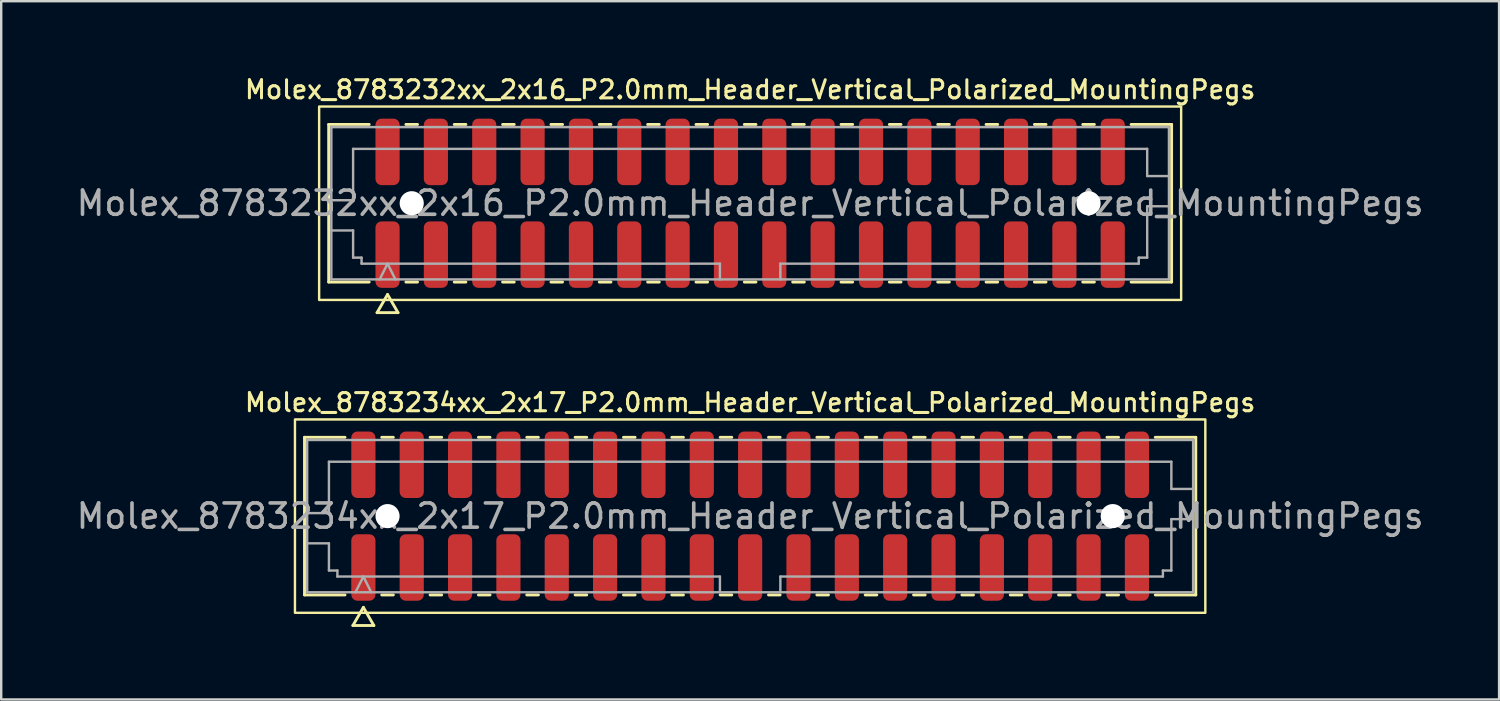
<source format=kicad_pcb>
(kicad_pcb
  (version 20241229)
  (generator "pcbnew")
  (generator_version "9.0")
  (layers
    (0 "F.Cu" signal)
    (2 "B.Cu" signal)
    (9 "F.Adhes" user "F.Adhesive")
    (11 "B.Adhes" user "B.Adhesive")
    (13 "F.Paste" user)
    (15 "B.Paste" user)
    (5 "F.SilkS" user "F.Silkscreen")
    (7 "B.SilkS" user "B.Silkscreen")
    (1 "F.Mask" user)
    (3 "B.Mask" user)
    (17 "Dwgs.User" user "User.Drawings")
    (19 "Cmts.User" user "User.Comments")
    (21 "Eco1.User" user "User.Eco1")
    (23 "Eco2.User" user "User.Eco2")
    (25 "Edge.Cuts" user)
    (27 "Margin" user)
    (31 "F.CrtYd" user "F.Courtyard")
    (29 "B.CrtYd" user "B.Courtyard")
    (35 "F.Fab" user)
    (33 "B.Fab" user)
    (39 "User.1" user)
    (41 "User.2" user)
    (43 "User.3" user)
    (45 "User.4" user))
  (footprint "Molex_8783232xx_2x16_P2.0mm_Header_Vertical_Polarized_MountingPegs"
    (layer "F.Cu")
    (at 27.982 5.358)
    (property "Reference" "Molex_8783232xx_2x16_P2.0mm_Header_Vertical_Polarized_MountingPegs" (at 0 -4.7 0) (layer "F.SilkS") (effects (font (size 0.75 0.75) (thickness 0.125))))
    (attr smd)
    (fp_line (start -17.435 -3.26) (end -15.76 -3.26) (stroke (width 0.12) (type solid)) (layer "F.SilkS"))
    (fp_line (start -17.435 3.26) (end -17.435 -3.26) (stroke (width 0.12) (type solid)) (layer "F.SilkS"))
    (fp_line (start -15.76 3.26) (end -17.435 3.26) (stroke (width 0.12) (type solid)) (layer "F.SilkS"))
    (fp_line (start -15.433 4.525) (end -15 3.775) (stroke (width 0.12) (type solid)) (layer "F.SilkS"))
    (fp_line (start -15 3.775) (end -14.567 4.525) (stroke (width 0.12) (type solid)) (layer "F.SilkS"))
    (fp_line (start -14.567 4.525) (end -15.433 4.525) (stroke (width 0.12) (type solid)) (layer "F.SilkS"))
    (fp_line (start -14.24 -3.26) (end -13.76 -3.26) (stroke (width 0.12) (type solid)) (layer "F.SilkS"))
    (fp_line (start -13.76 3.26) (end -14.24 3.26) (stroke (width 0.12) (type solid)) (layer "F.SilkS"))
    (fp_line (start -12.24 -3.26) (end -11.76 -3.26) (stroke (width 0.12) (type solid)) (layer "F.SilkS"))
    (fp_line (start -11.76 3.26) (end -12.24 3.26) (stroke (width 0.12) (type solid)) (layer "F.SilkS"))
    (fp_line (start -10.24 -3.26) (end -9.76 -3.26) (stroke (width 0.12) (type solid)) (layer "F.SilkS"))
    (fp_line (start -9.76 3.26) (end -10.24 3.26) (stroke (width 0.12) (type solid)) (layer "F.SilkS"))
    (fp_line (start -8.24 -3.26) (end -7.76 -3.26) (stroke (width 0.12) (type solid)) (layer "F.SilkS"))
    (fp_line (start -7.76 3.26) (end -8.24 3.26) (stroke (width 0.12) (type solid)) (layer "F.SilkS"))
    (fp_line (start -6.24 -3.26) (end -5.76 -3.26) (stroke (width 0.12) (type solid)) (layer "F.SilkS"))
    (fp_line (start -5.76 3.26) (end -6.24 3.26) (stroke (width 0.12) (type solid)) (layer "F.SilkS"))
    (fp_line (start -4.24 -3.26) (end -3.76 -3.26) (stroke (width 0.12) (type solid)) (layer "F.SilkS"))
    (fp_line (start -3.76 3.26) (end -4.24 3.26) (stroke (width 0.12) (type solid)) (layer "F.SilkS"))
    (fp_line (start -2.24 -3.26) (end -1.76 -3.26) (stroke (width 0.12) (type solid)) (layer "F.SilkS"))
    (fp_line (start -1.76 3.26) (end -2.24 3.26) (stroke (width 0.12) (type solid)) (layer "F.SilkS"))
    (fp_line (start -0.24 -3.26) (end 0.24 -3.26) (stroke (width 0.12) (type solid)) (layer "F.SilkS"))
    (fp_line (start 0.24 3.26) (end -0.24 3.26) (stroke (width 0.12) (type solid)) (layer "F.SilkS"))
    (fp_line (start 1.76 -3.26) (end 2.24 -3.26) (stroke (width 0.12) (type solid)) (layer "F.SilkS"))
    (fp_line (start 2.24 3.26) (end 1.76 3.26) (stroke (width 0.12) (type solid)) (layer "F.SilkS"))
    (fp_line (start 3.76 -3.26) (end 4.24 -3.26) (stroke (width 0.12) (type solid)) (layer "F.SilkS"))
    (fp_line (start 4.24 3.26) (end 3.76 3.26) (stroke (width 0.12) (type solid)) (layer "F.SilkS"))
    (fp_line (start 5.76 -3.26) (end 6.24 -3.26) (stroke (width 0.12) (type solid)) (layer "F.SilkS"))
    (fp_line (start 6.24 3.26) (end 5.76 3.26) (stroke (width 0.12) (type solid)) (layer "F.SilkS"))
    (fp_line (start 7.76 -3.26) (end 8.24 -3.26) (stroke (width 0.12) (type solid)) (layer "F.SilkS"))
    (fp_line (start 8.24 3.26) (end 7.76 3.26) (stroke (width 0.12) (type solid)) (layer "F.SilkS"))
    (fp_line (start 9.76 -3.26) (end 10.24 -3.26) (stroke (width 0.12) (type solid)) (layer "F.SilkS"))
    (fp_line (start 10.24 3.26) (end 9.76 3.26) (stroke (width 0.12) (type solid)) (layer "F.SilkS"))
    (fp_line (start 11.76 -3.26) (end 12.24 -3.26) (stroke (width 0.12) (type solid)) (layer "F.SilkS"))
    (fp_line (start 12.24 3.26) (end 11.76 3.26) (stroke (width 0.12) (type solid)) (layer "F.SilkS"))
    (fp_line (start 13.76 -3.26) (end 14.24 -3.26) (stroke (width 0.12) (type solid)) (layer "F.SilkS"))
    (fp_line (start 14.24 3.26) (end 13.76 3.26) (stroke (width 0.12) (type solid)) (layer "F.SilkS"))
    (fp_line (start 15.76 -3.26) (end 17.435 -3.26) (stroke (width 0.12) (type solid)) (layer "F.SilkS"))
    (fp_line (start 17.435 -3.26) (end 17.435 3.26) (stroke (width 0.12) (type solid)) (layer "F.SilkS"))
    (fp_line (start 17.435 3.26) (end 15.76 3.26) (stroke (width 0.12) (type solid)) (layer "F.SilkS"))
    (fp_rect (start -17.83 -4) (end 17.83 4) (stroke (width 0.1) (type solid)) (fill no) (layer "F.SilkS"))
    (fp_line (start -17.325 -3.15) (end 17.325 -3.15) (stroke (width 0.1) (type solid)) (layer "F.Fab"))
    (fp_line (start -17.325 -0.125) (end -16.425 -0.125) (stroke (width 0.1) (type solid)) (layer "F.Fab"))
    (fp_line (start -17.325 1.125) (end -16.425 1.125) (stroke (width 0.1) (type solid)) (layer "F.Fab"))
    (fp_line (start -17.325 3.15) (end -17.325 -3.15) (stroke (width 0.1) (type solid)) (layer "F.Fab"))
    (fp_line (start -16.425 -2.25) (end 16.425 -2.25) (stroke (width 0.1) (type solid)) (layer "F.Fab"))
    (fp_line (start -16.425 -0.125) (end -16.425 -2.25) (stroke (width 0.1) (type solid)) (layer "F.Fab"))
    (fp_line (start -16.425 1.125) (end -16.425 2.25) (stroke (width 0.1) (type solid)) (layer "F.Fab"))
    (fp_line (start -16.425 2.25) (end -16.075 2.25) (stroke (width 0.1) (type solid)) (layer "F.Fab"))
    (fp_line (start -16.075 2.25) (end -16.075 2.5) (stroke (width 0.1) (type solid)) (layer "F.Fab"))
    (fp_line (start -16.075 2.5) (end -1.25 2.5) (stroke (width 0.1) (type solid)) (layer "F.Fab"))
    (fp_line (start -15.325 3.15) (end -15 2.5) (stroke (width 0.1) (type solid)) (layer "F.Fab"))
    (fp_line (start -15 2.5) (end -14.675 3.15) (stroke (width 0.1) (type solid)) (layer "F.Fab"))
    (fp_line (start -1.25 2.5) (end -1.25 3.15) (stroke (width 0.1) (type solid)) (layer "F.Fab"))
    (fp_line (start 1.25 2.5) (end 1.25 3.15) (stroke (width 0.1) (type solid)) (layer "F.Fab"))
    (fp_line (start 1.25 2.5) (end 16.075 2.5) (stroke (width 0.1) (type solid)) (layer "F.Fab"))
    (fp_line (start 16.075 2.25) (end 16.425 2.25) (stroke (width 0.1) (type solid)) (layer "F.Fab"))
    (fp_line (start 16.075 2.5) (end 16.075 2.25) (stroke (width 0.1) (type solid)) (layer "F.Fab"))
    (fp_line (start 16.425 -2.25) (end 16.425 -1.125) (stroke (width 0.1) (type solid)) (layer "F.Fab"))
    (fp_line (start 16.425 -1.125) (end 17.325 -1.125) (stroke (width 0.1) (type solid)) (layer "F.Fab"))
    (fp_line (start 16.425 0.125) (end 17.325 0.125) (stroke (width 0.1) (type solid)) (layer "F.Fab"))
    (fp_line (start 16.425 2.25) (end 16.425 0.125) (stroke (width 0.1) (type solid)) (layer "F.Fab"))
    (fp_line (start 17.325 -3.15) (end 17.325 3.15) (stroke (width 0.1) (type solid)) (layer "F.Fab"))
    (fp_line (start 17.325 3.15) (end -17.325 3.15) (stroke (width 0.1) (type solid)) (layer "F.Fab"))
    (fp_text user "${REFERENCE}" (at 0 0 0) (layer "F.Fab") (effects (font (size 1 1) (thickness 0.15))))
    (pad "" np_thru_hole circle (at -14 0) (size 1 1) (drill 1) (layers "*.Cu" "*.Mask"))
    (pad "" np_thru_hole circle (at 14 0) (size 1 1) (drill 1) (layers "*.Cu" "*.Mask"))
    (pad "1" smd roundrect (at -15 2.125) (size 1 2.75) (layers "F.Cu" "F.Mask" "F.Paste") (roundrect_rratio 0.25))
    (pad "2" smd roundrect (at -15 -2.125) (size 1 2.75) (layers "F.Cu" "F.Mask" "F.Paste") (roundrect_rratio 0.25))
    (pad "3" smd roundrect (at -13 2.125) (size 1 2.75) (layers "F.Cu" "F.Mask" "F.Paste") (roundrect_rratio 0.25))
    (pad "4" smd roundrect (at -13 -2.125) (size 1 2.75) (layers "F.Cu" "F.Mask" "F.Paste") (roundrect_rratio 0.25))
    (pad "5" smd roundrect (at -11 2.125) (size 1 2.75) (layers "F.Cu" "F.Mask" "F.Paste") (roundrect_rratio 0.25))
    (pad "6" smd roundrect (at -11 -2.125) (size 1 2.75) (layers "F.Cu" "F.Mask" "F.Paste") (roundrect_rratio 0.25))
    (pad "7" smd roundrect (at -9 2.125) (size 1 2.75) (layers "F.Cu" "F.Mask" "F.Paste") (roundrect_rratio 0.25))
    (pad "8" smd roundrect (at -9 -2.125) (size 1 2.75) (layers "F.Cu" "F.Mask" "F.Paste") (roundrect_rratio 0.25))
    (pad "9" smd roundrect (at -7 2.125) (size 1 2.75) (layers "F.Cu" "F.Mask" "F.Paste") (roundrect_rratio 0.25))
    (pad "10" smd roundrect (at -7 -2.125) (size 1 2.75) (layers "F.Cu" "F.Mask" "F.Paste") (roundrect_rratio 0.25))
    (pad "11" smd roundrect (at -5 2.125) (size 1 2.75) (layers "F.Cu" "F.Mask" "F.Paste") (roundrect_rratio 0.25))
    (pad "12" smd roundrect (at -5 -2.125) (size 1 2.75) (layers "F.Cu" "F.Mask" "F.Paste") (roundrect_rratio 0.25))
    (pad "13" smd roundrect (at -3 2.125) (size 1 2.75) (layers "F.Cu" "F.Mask" "F.Paste") (roundrect_rratio 0.25))
    (pad "14" smd roundrect (at -3 -2.125) (size 1 2.75) (layers "F.Cu" "F.Mask" "F.Paste") (roundrect_rratio 0.25))
    (pad "15" smd roundrect (at -1 2.125) (size 1 2.75) (layers "F.Cu" "F.Mask" "F.Paste") (roundrect_rratio 0.25))
    (pad "16" smd roundrect (at -1 -2.125) (size 1 2.75) (layers "F.Cu" "F.Mask" "F.Paste") (roundrect_rratio 0.25))
    (pad "17" smd roundrect (at 1 2.125) (size 1 2.75) (layers "F.Cu" "F.Mask" "F.Paste") (roundrect_rratio 0.25))
    (pad "18" smd roundrect (at 1 -2.125) (size 1 2.75) (layers "F.Cu" "F.Mask" "F.Paste") (roundrect_rratio 0.25))
    (pad "19" smd roundrect (at 3 2.125) (size 1 2.75) (layers "F.Cu" "F.Mask" "F.Paste") (roundrect_rratio 0.25))
    (pad "20" smd roundrect (at 3 -2.125) (size 1 2.75) (layers "F.Cu" "F.Mask" "F.Paste") (roundrect_rratio 0.25))
    (pad "21" smd roundrect (at 5 2.125) (size 1 2.75) (layers "F.Cu" "F.Mask" "F.Paste") (roundrect_rratio 0.25))
    (pad "22" smd roundrect (at 5 -2.125) (size 1 2.75) (layers "F.Cu" "F.Mask" "F.Paste") (roundrect_rratio 0.25))
    (pad "23" smd roundrect (at 7 2.125) (size 1 2.75) (layers "F.Cu" "F.Mask" "F.Paste") (roundrect_rratio 0.25))
    (pad "24" smd roundrect (at 7 -2.125) (size 1 2.75) (layers "F.Cu" "F.Mask" "F.Paste") (roundrect_rratio 0.25))
    (pad "25" smd roundrect (at 9 2.125) (size 1 2.75) (layers "F.Cu" "F.Mask" "F.Paste") (roundrect_rratio 0.25))
    (pad "26" smd roundrect (at 9 -2.125) (size 1 2.75) (layers "F.Cu" "F.Mask" "F.Paste") (roundrect_rratio 0.25))
    (pad "27" smd roundrect (at 11 2.125) (size 1 2.75) (layers "F.Cu" "F.Mask" "F.Paste") (roundrect_rratio 0.25))
    (pad "28" smd roundrect (at 11 -2.125) (size 1 2.75) (layers "F.Cu" "F.Mask" "F.Paste") (roundrect_rratio 0.25))
    (pad "29" smd roundrect (at 13 2.125) (size 1 2.75) (layers "F.Cu" "F.Mask" "F.Paste") (roundrect_rratio 0.25))
    (pad "30" smd roundrect (at 13 -2.125) (size 1 2.75) (layers "F.Cu" "F.Mask" "F.Paste") (roundrect_rratio 0.25))
    (pad "31" smd roundrect (at 15 2.125) (size 1 2.75) (layers "F.Cu" "F.Mask" "F.Paste") (roundrect_rratio 0.25))
    (pad "32" smd roundrect (at 15 -2.125) (size 1 2.75) (layers "F.Cu" "F.Mask" "F.Paste") (roundrect_rratio 0.25)))
  (footprint "Molex_8783234xx_2x17_P2.0mm_Header_Vertical_Polarized_MountingPegs"
    (layer "F.Cu")
    (at 27.982 18.301)
    (property "Reference" "Molex_8783234xx_2x17_P2.0mm_Header_Vertical_Polarized_MountingPegs" (at 0 -4.7 0) (layer "F.SilkS") (effects (font (size 0.75 0.75) (thickness 0.125))))
    (attr smd)
    (fp_line (start -18.435 -3.26) (end -16.76 -3.26) (stroke (width 0.12) (type solid)) (layer "F.SilkS"))
    (fp_line (start -18.435 3.26) (end -18.435 -3.26) (stroke (width 0.12) (type solid)) (layer "F.SilkS"))
    (fp_line (start -16.76 3.26) (end -18.435 3.26) (stroke (width 0.12) (type solid)) (layer "F.SilkS"))
    (fp_line (start -16.433 4.525) (end -16 3.775) (stroke (width 0.12) (type solid)) (layer "F.SilkS"))
    (fp_line (start -16 3.775) (end -15.567 4.525) (stroke (width 0.12) (type solid)) (layer "F.SilkS"))
    (fp_line (start -15.567 4.525) (end -16.433 4.525) (stroke (width 0.12) (type solid)) (layer "F.SilkS"))
    (fp_line (start -15.24 -3.26) (end -14.76 -3.26) (stroke (width 0.12) (type solid)) (layer "F.SilkS"))
    (fp_line (start -14.76 3.26) (end -15.24 3.26) (stroke (width 0.12) (type solid)) (layer "F.SilkS"))
    (fp_line (start -13.24 -3.26) (end -12.76 -3.26) (stroke (width 0.12) (type solid)) (layer "F.SilkS"))
    (fp_line (start -12.76 3.26) (end -13.24 3.26) (stroke (width 0.12) (type solid)) (layer "F.SilkS"))
    (fp_line (start -11.24 -3.26) (end -10.76 -3.26) (stroke (width 0.12) (type solid)) (layer "F.SilkS"))
    (fp_line (start -10.76 3.26) (end -11.24 3.26) (stroke (width 0.12) (type solid)) (layer "F.SilkS"))
    (fp_line (start -9.24 -3.26) (end -8.76 -3.26) (stroke (width 0.12) (type solid)) (layer "F.SilkS"))
    (fp_line (start -8.76 3.26) (end -9.24 3.26) (stroke (width 0.12) (type solid)) (layer "F.SilkS"))
    (fp_line (start -7.24 -3.26) (end -6.76 -3.26) (stroke (width 0.12) (type solid)) (layer "F.SilkS"))
    (fp_line (start -6.76 3.26) (end -7.24 3.26) (stroke (width 0.12) (type solid)) (layer "F.SilkS"))
    (fp_line (start -5.24 -3.26) (end -4.76 -3.26) (stroke (width 0.12) (type solid)) (layer "F.SilkS"))
    (fp_line (start -4.76 3.26) (end -5.24 3.26) (stroke (width 0.12) (type solid)) (layer "F.SilkS"))
    (fp_line (start -3.24 -3.26) (end -2.76 -3.26) (stroke (width 0.12) (type solid)) (layer "F.SilkS"))
    (fp_line (start -2.76 3.26) (end -3.24 3.26) (stroke (width 0.12) (type solid)) (layer "F.SilkS"))
    (fp_line (start -1.24 -3.26) (end -0.76 -3.26) (stroke (width 0.12) (type solid)) (layer "F.SilkS"))
    (fp_line (start -0.76 3.26) (end -1.24 3.26) (stroke (width 0.12) (type solid)) (layer "F.SilkS"))
    (fp_line (start 0.76 -3.26) (end 1.24 -3.26) (stroke (width 0.12) (type solid)) (layer "F.SilkS"))
    (fp_line (start 1.24 3.26) (end 0.76 3.26) (stroke (width 0.12) (type solid)) (layer "F.SilkS"))
    (fp_line (start 2.76 -3.26) (end 3.24 -3.26) (stroke (width 0.12) (type solid)) (layer "F.SilkS"))
    (fp_line (start 3.24 3.26) (end 2.76 3.26) (stroke (width 0.12) (type solid)) (layer "F.SilkS"))
    (fp_line (start 4.76 -3.26) (end 5.24 -3.26) (stroke (width 0.12) (type solid)) (layer "F.SilkS"))
    (fp_line (start 5.24 3.26) (end 4.76 3.26) (stroke (width 0.12) (type solid)) (layer "F.SilkS"))
    (fp_line (start 6.76 -3.26) (end 7.24 -3.26) (stroke (width 0.12) (type solid)) (layer "F.SilkS"))
    (fp_line (start 7.24 3.26) (end 6.76 3.26) (stroke (width 0.12) (type solid)) (layer "F.SilkS"))
    (fp_line (start 8.76 -3.26) (end 9.24 -3.26) (stroke (width 0.12) (type solid)) (layer "F.SilkS"))
    (fp_line (start 9.24 3.26) (end 8.76 3.26) (stroke (width 0.12) (type solid)) (layer "F.SilkS"))
    (fp_line (start 10.76 -3.26) (end 11.24 -3.26) (stroke (width 0.12) (type solid)) (layer "F.SilkS"))
    (fp_line (start 11.24 3.26) (end 10.76 3.26) (stroke (width 0.12) (type solid)) (layer "F.SilkS"))
    (fp_line (start 12.76 -3.26) (end 13.24 -3.26) (stroke (width 0.12) (type solid)) (layer "F.SilkS"))
    (fp_line (start 13.24 3.26) (end 12.76 3.26) (stroke (width 0.12) (type solid)) (layer "F.SilkS"))
    (fp_line (start 14.76 -3.26) (end 15.24 -3.26) (stroke (width 0.12) (type solid)) (layer "F.SilkS"))
    (fp_line (start 15.24 3.26) (end 14.76 3.26) (stroke (width 0.12) (type solid)) (layer "F.SilkS"))
    (fp_line (start 16.76 -3.26) (end 18.435 -3.26) (stroke (width 0.12) (type solid)) (layer "F.SilkS"))
    (fp_line (start 18.435 -3.26) (end 18.435 3.26) (stroke (width 0.12) (type solid)) (layer "F.SilkS"))
    (fp_line (start 18.435 3.26) (end 16.76 3.26) (stroke (width 0.12) (type solid)) (layer "F.SilkS"))
    (fp_rect (start -18.83 -4) (end 18.83 4) (stroke (width 0.1) (type solid)) (fill no) (layer "F.SilkS"))
    (fp_line (start -18.325 -3.15) (end 18.325 -3.15) (stroke (width 0.1) (type solid)) (layer "F.Fab"))
    (fp_line (start -18.325 -0.125) (end -17.425 -0.125) (stroke (width 0.1) (type solid)) (layer "F.Fab"))
    (fp_line (start -18.325 1.125) (end -17.425 1.125) (stroke (width 0.1) (type solid)) (layer "F.Fab"))
    (fp_line (start -18.325 3.15) (end -18.325 -3.15) (stroke (width 0.1) (type solid)) (layer "F.Fab"))
    (fp_line (start -17.425 -2.25) (end 17.425 -2.25) (stroke (width 0.1) (type solid)) (layer "F.Fab"))
    (fp_line (start -17.425 -0.125) (end -17.425 -2.25) (stroke (width 0.1) (type solid)) (layer "F.Fab"))
    (fp_line (start -17.425 1.125) (end -17.425 2.25) (stroke (width 0.1) (type solid)) (layer "F.Fab"))
    (fp_line (start -17.425 2.25) (end -17.075 2.25) (stroke (width 0.1) (type solid)) (layer "F.Fab"))
    (fp_line (start -17.075 2.25) (end -17.075 2.5) (stroke (width 0.1) (type solid)) (layer "F.Fab"))
    (fp_line (start -17.075 2.5) (end -1.25 2.5) (stroke (width 0.1) (type solid)) (layer "F.Fab"))
    (fp_line (start -16.325 3.15) (end -16 2.5) (stroke (width 0.1) (type solid)) (layer "F.Fab"))
    (fp_line (start -16 2.5) (end -15.675 3.15) (stroke (width 0.1) (type solid)) (layer "F.Fab"))
    (fp_line (start -1.25 2.5) (end -1.25 3.15) (stroke (width 0.1) (type solid)) (layer "F.Fab"))
    (fp_line (start 1.25 2.5) (end 1.25 3.15) (stroke (width 0.1) (type solid)) (layer "F.Fab"))
    (fp_line (start 1.25 2.5) (end 17.075 2.5) (stroke (width 0.1) (type solid)) (layer "F.Fab"))
    (fp_line (start 17.075 2.25) (end 17.425 2.25) (stroke (width 0.1) (type solid)) (layer "F.Fab"))
    (fp_line (start 17.075 2.5) (end 17.075 2.25) (stroke (width 0.1) (type solid)) (layer "F.Fab"))
    (fp_line (start 17.425 -2.25) (end 17.425 -1.125) (stroke (width 0.1) (type solid)) (layer "F.Fab"))
    (fp_line (start 17.425 -1.125) (end 18.325 -1.125) (stroke (width 0.1) (type solid)) (layer "F.Fab"))
    (fp_line (start 17.425 0.125) (end 18.325 0.125) (stroke (width 0.1) (type solid)) (layer "F.Fab"))
    (fp_line (start 17.425 2.25) (end 17.425 0.125) (stroke (width 0.1) (type solid)) (layer "F.Fab"))
    (fp_line (start 18.325 -3.15) (end 18.325 3.15) (stroke (width 0.1) (type solid)) (layer "F.Fab"))
    (fp_line (start 18.325 3.15) (end -18.325 3.15) (stroke (width 0.1) (type solid)) (layer "F.Fab"))
    (fp_text user "${REFERENCE}" (at 0 0 0) (layer "F.Fab") (effects (font (size 1 1) (thickness 0.15))))
    (pad "" np_thru_hole circle (at -15 0) (size 1 1) (drill 1) (layers "*.Cu" "*.Mask"))
    (pad "" np_thru_hole circle (at 15 0) (size 1 1) (drill 1) (layers "*.Cu" "*.Mask"))
    (pad "1" smd roundrect (at -16 2.125) (size 1 2.75) (layers "F.Cu" "F.Mask" "F.Paste") (roundrect_rratio 0.25))
    (pad "2" smd roundrect (at -16 -2.125) (size 1 2.75) (layers "F.Cu" "F.Mask" "F.Paste") (roundrect_rratio 0.25))
    (pad "3" smd roundrect (at -14 2.125) (size 1 2.75) (layers "F.Cu" "F.Mask" "F.Paste") (roundrect_rratio 0.25))
    (pad "4" smd roundrect (at -14 -2.125) (size 1 2.75) (layers "F.Cu" "F.Mask" "F.Paste") (roundrect_rratio 0.25))
    (pad "5" smd roundrect (at -12 2.125) (size 1 2.75) (layers "F.Cu" "F.Mask" "F.Paste") (roundrect_rratio 0.25))
    (pad "6" smd roundrect (at -12 -2.125) (size 1 2.75) (layers "F.Cu" "F.Mask" "F.Paste") (roundrect_rratio 0.25))
    (pad "7" smd roundrect (at -10 2.125) (size 1 2.75) (layers "F.Cu" "F.Mask" "F.Paste") (roundrect_rratio 0.25))
    (pad "8" smd roundrect (at -10 -2.125) (size 1 2.75) (layers "F.Cu" "F.Mask" "F.Paste") (roundrect_rratio 0.25))
    (pad "9" smd roundrect (at -8 2.125) (size 1 2.75) (layers "F.Cu" "F.Mask" "F.Paste") (roundrect_rratio 0.25))
    (pad "10" smd roundrect (at -8 -2.125) (size 1 2.75) (layers "F.Cu" "F.Mask" "F.Paste") (roundrect_rratio 0.25))
    (pad "11" smd roundrect (at -6 2.125) (size 1 2.75) (layers "F.Cu" "F.Mask" "F.Paste") (roundrect_rratio 0.25))
    (pad "12" smd roundrect (at -6 -2.125) (size 1 2.75) (layers "F.Cu" "F.Mask" "F.Paste") (roundrect_rratio 0.25))
    (pad "13" smd roundrect (at -4 2.125) (size 1 2.75) (layers "F.Cu" "F.Mask" "F.Paste") (roundrect_rratio 0.25))
    (pad "14" smd roundrect (at -4 -2.125) (size 1 2.75) (layers "F.Cu" "F.Mask" "F.Paste") (roundrect_rratio 0.25))
    (pad "15" smd roundrect (at -2 2.125) (size 1 2.75) (layers "F.Cu" "F.Mask" "F.Paste") (roundrect_rratio 0.25))
    (pad "16" smd roundrect (at -2 -2.125) (size 1 2.75) (layers "F.Cu" "F.Mask" "F.Paste") (roundrect_rratio 0.25))
    (pad "17" smd roundrect (at 0 2.125) (size 1 2.75) (layers "F.Cu" "F.Mask" "F.Paste") (roundrect_rratio 0.25))
    (pad "18" smd roundrect (at 0 -2.125) (size 1 2.75) (layers "F.Cu" "F.Mask" "F.Paste") (roundrect_rratio 0.25))
    (pad "19" smd roundrect (at 2 2.125) (size 1 2.75) (layers "F.Cu" "F.Mask" "F.Paste") (roundrect_rratio 0.25))
    (pad "20" smd roundrect (at 2 -2.125) (size 1 2.75) (layers "F.Cu" "F.Mask" "F.Paste") (roundrect_rratio 0.25))
    (pad "21" smd roundrect (at 4 2.125) (size 1 2.75) (layers "F.Cu" "F.Mask" "F.Paste") (roundrect_rratio 0.25))
    (pad "22" smd roundrect (at 4 -2.125) (size 1 2.75) (layers "F.Cu" "F.Mask" "F.Paste") (roundrect_rratio 0.25))
    (pad "23" smd roundrect (at 6 2.125) (size 1 2.75) (layers "F.Cu" "F.Mask" "F.Paste") (roundrect_rratio 0.25))
    (pad "24" smd roundrect (at 6 -2.125) (size 1 2.75) (layers "F.Cu" "F.Mask" "F.Paste") (roundrect_rratio 0.25))
    (pad "25" smd roundrect (at 8 2.125) (size 1 2.75) (layers "F.Cu" "F.Mask" "F.Paste") (roundrect_rratio 0.25))
    (pad "26" smd roundrect (at 8 -2.125) (size 1 2.75) (layers "F.Cu" "F.Mask" "F.Paste") (roundrect_rratio 0.25))
    (pad "27" smd roundrect (at 10 2.125) (size 1 2.75) (layers "F.Cu" "F.Mask" "F.Paste") (roundrect_rratio 0.25))
    (pad "28" smd roundrect (at 10 -2.125) (size 1 2.75) (layers "F.Cu" "F.Mask" "F.Paste") (roundrect_rratio 0.25))
    (pad "29" smd roundrect (at 12 2.125) (size 1 2.75) (layers "F.Cu" "F.Mask" "F.Paste") (roundrect_rratio 0.25))
    (pad "30" smd roundrect (at 12 -2.125) (size 1 2.75) (layers "F.Cu" "F.Mask" "F.Paste") (roundrect_rratio 0.25))
    (pad "31" smd roundrect (at 14 2.125) (size 1 2.75) (layers "F.Cu" "F.Mask" "F.Paste") (roundrect_rratio 0.25))
    (pad "32" smd roundrect (at 14 -2.125) (size 1 2.75) (layers "F.Cu" "F.Mask" "F.Paste") (roundrect_rratio 0.25))
    (pad "33" smd roundrect (at 16 2.125) (size 1 2.75) (layers "F.Cu" "F.Mask" "F.Paste") (roundrect_rratio 0.25))
    (pad "34" smd roundrect (at 16 -2.125) (size 1 2.75) (layers "F.Cu" "F.Mask" "F.Paste") (roundrect_rratio 0.25)))
  (gr_rect
    (start -3 -3)
    (end 58.964 25.886)
    (stroke (width 0.1) (type default))
    (fill no)
    (layer "Edge.Cuts")))
</source>
